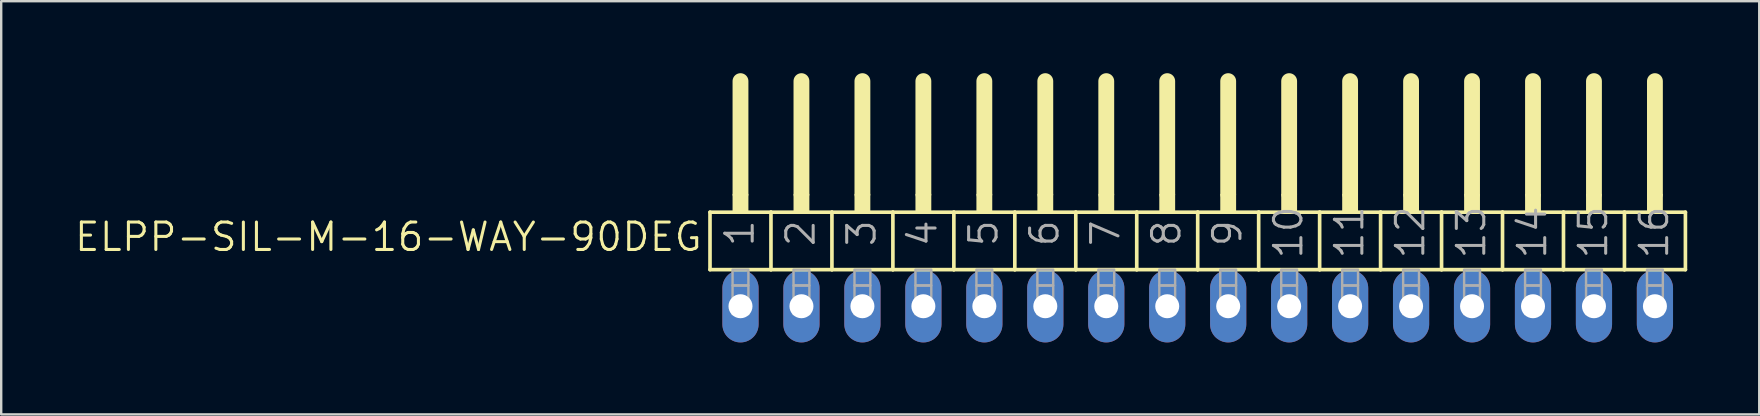
<source format=kicad_pcb>
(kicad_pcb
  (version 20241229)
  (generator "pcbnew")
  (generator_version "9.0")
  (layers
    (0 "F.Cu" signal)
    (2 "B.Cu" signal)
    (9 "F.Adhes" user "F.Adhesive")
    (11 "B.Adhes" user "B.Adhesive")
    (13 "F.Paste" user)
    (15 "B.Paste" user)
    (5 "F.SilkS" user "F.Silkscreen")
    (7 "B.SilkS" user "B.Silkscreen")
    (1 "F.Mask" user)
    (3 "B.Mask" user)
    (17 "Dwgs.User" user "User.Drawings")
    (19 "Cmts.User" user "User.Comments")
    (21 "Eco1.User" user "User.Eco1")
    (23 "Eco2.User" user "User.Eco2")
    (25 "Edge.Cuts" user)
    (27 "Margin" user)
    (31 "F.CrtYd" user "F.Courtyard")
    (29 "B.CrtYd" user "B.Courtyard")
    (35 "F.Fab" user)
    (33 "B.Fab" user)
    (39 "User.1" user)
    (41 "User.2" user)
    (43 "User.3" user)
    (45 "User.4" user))
  (footprint "ELPP-SIL-M-16-WAY-90DEG"
    (layer "F.Cu")
    (at 46.852 9.709)
    (property "Reference" "ELPP-SIL-M-16-WAY-90DEG" (at -20.574 -3.556 0) (unlocked yes) (layer "F.SilkS") (effects (font (size 1.143 1.143) (thickness 0.127)) (justify right top)))
    (fp_line (start -20.32 -3.918) (end -17.78 -3.918) (stroke (width 0.152) (type solid)) (layer "F.SilkS"))
    (fp_line (start -20.32 -1.524) (end -20.32 -3.918) (stroke (width 0.152) (type solid)) (layer "F.SilkS"))
    (fp_line (start -19.05 -4.68) (end -19.05 -9.379) (stroke (width 0.66) (type solid)) (layer "F.SilkS"))
    (fp_line (start -17.78 -3.918) (end -15.24 -3.918) (stroke (width 0.152) (type solid)) (layer "F.SilkS"))
    (fp_line (start -17.78 -1.524) (end -20.32 -1.524) (stroke (width 0.152) (type solid)) (layer "F.SilkS"))
    (fp_line (start -17.78 -1.524) (end -17.78 -3.918) (stroke (width 0.152) (type solid)) (layer "F.SilkS"))
    (fp_line (start -17.78 -1.524) (end -15.24 -1.524) (stroke (width 0.152) (type solid)) (layer "F.SilkS"))
    (fp_line (start -16.51 -4.68) (end -16.51 -9.379) (stroke (width 0.66) (type solid)) (layer "F.SilkS"))
    (fp_line (start -15.24 -3.918) (end -12.7 -3.918) (stroke (width 0.152) (type solid)) (layer "F.SilkS"))
    (fp_line (start -15.24 -1.524) (end -15.24 -3.918) (stroke (width 0.152) (type solid)) (layer "F.SilkS"))
    (fp_line (start -13.97 -4.68) (end -13.97 -9.379) (stroke (width 0.66) (type solid)) (layer "F.SilkS"))
    (fp_line (start -12.7 -3.918) (end -10.16 -3.918) (stroke (width 0.152) (type solid)) (layer "F.SilkS"))
    (fp_line (start -12.7 -1.524) (end -15.24 -1.524) (stroke (width 0.152) (type solid)) (layer "F.SilkS"))
    (fp_line (start -12.7 -1.524) (end -12.7 -3.918) (stroke (width 0.152) (type solid)) (layer "F.SilkS"))
    (fp_line (start -11.43 -4.68) (end -11.43 -9.379) (stroke (width 0.66) (type solid)) (layer "F.SilkS"))
    (fp_line (start -10.16 -3.918) (end -7.62 -3.918) (stroke (width 0.152) (type solid)) (layer "F.SilkS"))
    (fp_line (start -10.16 -1.524) (end -12.7 -1.524) (stroke (width 0.152) (type solid)) (layer "F.SilkS"))
    (fp_line (start -10.16 -1.524) (end -10.16 -3.918) (stroke (width 0.152) (type solid)) (layer "F.SilkS"))
    (fp_line (start -8.89 -4.68) (end -8.89 -9.379) (stroke (width 0.66) (type solid)) (layer "F.SilkS"))
    (fp_line (start -7.62 -3.918) (end -5.08 -3.918) (stroke (width 0.152) (type solid)) (layer "F.SilkS"))
    (fp_line (start -7.62 -1.524) (end -10.16 -1.524) (stroke (width 0.152) (type solid)) (layer "F.SilkS"))
    (fp_line (start -7.62 -1.524) (end -7.62 -3.918) (stroke (width 0.152) (type solid)) (layer "F.SilkS"))
    (fp_line (start -6.35 -4.68) (end -6.35 -9.379) (stroke (width 0.66) (type solid)) (layer "F.SilkS"))
    (fp_line (start -5.08 -3.918) (end -2.54 -3.918) (stroke (width 0.152) (type solid)) (layer "F.SilkS"))
    (fp_line (start -5.08 -1.524) (end -7.62 -1.524) (stroke (width 0.152) (type solid)) (layer "F.SilkS"))
    (fp_line (start -5.08 -1.524) (end -5.08 -3.918) (stroke (width 0.152) (type solid)) (layer "F.SilkS"))
    (fp_line (start -5.08 -1.524) (end -2.54 -1.524) (stroke (width 0.152) (type solid)) (layer "F.SilkS"))
    (fp_line (start -3.81 -4.68) (end -3.81 -9.379) (stroke (width 0.66) (type solid)) (layer "F.SilkS"))
    (fp_line (start -2.54 -3.918) (end 0 -3.918) (stroke (width 0.152) (type solid)) (layer "F.SilkS"))
    (fp_line (start -2.54 -1.524) (end -2.54 -3.918) (stroke (width 0.152) (type solid)) (layer "F.SilkS"))
    (fp_line (start -1.27 -4.68) (end -1.27 -9.379) (stroke (width 0.66) (type solid)) (layer "F.SilkS"))
    (fp_line (start 0 -3.918) (end 2.54 -3.918) (stroke (width 0.152) (type solid)) (layer "F.SilkS"))
    (fp_line (start 0 -1.524) (end -2.54 -1.524) (stroke (width 0.152) (type solid)) (layer "F.SilkS"))
    (fp_line (start 0 -1.524) (end 0 -3.918) (stroke (width 0.152) (type solid)) (layer "F.SilkS"))
    (fp_line (start 1.27 -4.68) (end 1.27 -9.379) (stroke (width 0.66) (type solid)) (layer "F.SilkS"))
    (fp_line (start 2.54 -3.918) (end 5.08 -3.918) (stroke (width 0.152) (type solid)) (layer "F.SilkS"))
    (fp_line (start 2.54 -1.524) (end 0 -1.524) (stroke (width 0.152) (type solid)) (layer "F.SilkS"))
    (fp_line (start 2.54 -1.524) (end 2.54 -3.918) (stroke (width 0.152) (type solid)) (layer "F.SilkS"))
    (fp_line (start 3.81 -4.68) (end 3.81 -9.379) (stroke (width 0.66) (type solid)) (layer "F.SilkS"))
    (fp_line (start 5.08 -3.918) (end 7.62 -3.918) (stroke (width 0.152) (type solid)) (layer "F.SilkS"))
    (fp_line (start 5.08 -1.524) (end 2.54 -1.524) (stroke (width 0.152) (type solid)) (layer "F.SilkS"))
    (fp_line (start 5.08 -1.524) (end 5.08 -3.918) (stroke (width 0.152) (type solid)) (layer "F.SilkS"))
    (fp_line (start 6.35 -4.68) (end 6.35 -9.379) (stroke (width 0.66) (type solid)) (layer "F.SilkS"))
    (fp_line (start 7.62 -3.918) (end 10.16 -3.918) (stroke (width 0.152) (type solid)) (layer "F.SilkS"))
    (fp_line (start 7.62 -1.524) (end 5.08 -1.524) (stroke (width 0.152) (type solid)) (layer "F.SilkS"))
    (fp_line (start 7.62 -1.524) (end 7.62 -3.918) (stroke (width 0.152) (type solid)) (layer "F.SilkS"))
    (fp_line (start 7.62 -1.524) (end 10.16 -1.524) (stroke (width 0.152) (type solid)) (layer "F.SilkS"))
    (fp_line (start 8.89 -4.68) (end 8.89 -9.379) (stroke (width 0.66) (type solid)) (layer "F.SilkS"))
    (fp_line (start 10.16 -3.918) (end 12.7 -3.918) (stroke (width 0.152) (type solid)) (layer "F.SilkS"))
    (fp_line (start 10.16 -1.524) (end 10.16 -3.918) (stroke (width 0.152) (type solid)) (layer "F.SilkS"))
    (fp_line (start 10.16 -1.524) (end 12.7 -1.524) (stroke (width 0.152) (type solid)) (layer "F.SilkS"))
    (fp_line (start 11.43 -4.68) (end 11.43 -9.379) (stroke (width 0.66) (type solid)) (layer "F.SilkS"))
    (fp_line (start 12.7 -3.918) (end 15.24 -3.918) (stroke (width 0.152) (type solid)) (layer "F.SilkS"))
    (fp_line (start 12.7 -1.524) (end 12.7 -3.918) (stroke (width 0.152) (type solid)) (layer "F.SilkS"))
    (fp_line (start 12.7 -1.524) (end 15.24 -1.524) (stroke (width 0.152) (type solid)) (layer "F.SilkS"))
    (fp_line (start 13.97 -4.68) (end 13.97 -9.379) (stroke (width 0.66) (type solid)) (layer "F.SilkS"))
    (fp_line (start 15.24 -3.918) (end 17.78 -3.918) (stroke (width 0.152) (type solid)) (layer "F.SilkS"))
    (fp_line (start 15.24 -1.524) (end 15.24 -3.918) (stroke (width 0.152) (type solid)) (layer "F.SilkS"))
    (fp_line (start 15.24 -1.524) (end 17.78 -1.524) (stroke (width 0.152) (type solid)) (layer "F.SilkS"))
    (fp_line (start 16.51 -4.68) (end 16.51 -9.379) (stroke (width 0.66) (type solid)) (layer "F.SilkS"))
    (fp_line (start 17.78 -3.918) (end 20.32 -3.918) (stroke (width 0.152) (type solid)) (layer "F.SilkS"))
    (fp_line (start 17.78 -1.524) (end 17.78 -3.918) (stroke (width 0.152) (type solid)) (layer "F.SilkS"))
    (fp_line (start 17.78 -1.524) (end 20.32 -1.524) (stroke (width 0.152) (type solid)) (layer "F.SilkS"))
    (fp_line (start 19.05 -4.68) (end 19.05 -9.379) (stroke (width 0.66) (type solid)) (layer "F.SilkS"))
    (fp_line (start 20.32 -1.524) (end 20.32 -3.918) (stroke (width 0.152) (type solid)) (layer "F.SilkS"))
    (fp_poly (pts (xy -19.38 -3.918) (xy -18.72 -3.918) (xy -18.72 -4.68) (xy -19.38 -4.68)) (stroke (width 0) (type default)) (fill yes) (layer "F.SilkS"))
    (fp_poly (pts (xy -16.84 -3.918) (xy -16.18 -3.918) (xy -16.18 -4.68) (xy -16.84 -4.68)) (stroke (width 0) (type default)) (fill yes) (layer "F.SilkS"))
    (fp_poly (pts (xy -14.3 -3.918) (xy -13.64 -3.918) (xy -13.64 -4.68) (xy -14.3 -4.68)) (stroke (width 0) (type default)) (fill yes) (layer "F.SilkS"))
    (fp_poly (pts (xy -11.76 -3.918) (xy -11.1 -3.918) (xy -11.1 -4.68) (xy -11.76 -4.68)) (stroke (width 0) (type default)) (fill yes) (layer "F.SilkS"))
    (fp_poly (pts (xy -9.22 -3.918) (xy -8.56 -3.918) (xy -8.56 -4.68) (xy -9.22 -4.68)) (stroke (width 0) (type default)) (fill yes) (layer "F.SilkS"))
    (fp_poly (pts (xy -6.68 -3.918) (xy -6.02 -3.918) (xy -6.02 -4.68) (xy -6.68 -4.68)) (stroke (width 0) (type default)) (fill yes) (layer "F.SilkS"))
    (fp_poly (pts (xy -4.14 -3.918) (xy -3.48 -3.918) (xy -3.48 -4.68) (xy -4.14 -4.68)) (stroke (width 0) (type default)) (fill yes) (layer "F.SilkS"))
    (fp_poly (pts (xy -1.6 -3.918) (xy -0.94 -3.918) (xy -0.94 -4.68) (xy -1.6 -4.68)) (stroke (width 0) (type default)) (fill yes) (layer "F.SilkS"))
    (fp_poly (pts (xy 0.94 -3.918) (xy 1.6 -3.918) (xy 1.6 -4.68) (xy 0.94 -4.68)) (stroke (width 0) (type default)) (fill yes) (layer "F.SilkS"))
    (fp_poly (pts (xy 3.48 -3.918) (xy 4.14 -3.918) (xy 4.14 -4.68) (xy 3.48 -4.68)) (stroke (width 0) (type default)) (fill yes) (layer "F.SilkS"))
    (fp_poly (pts (xy 6.02 -3.918) (xy 6.68 -3.918) (xy 6.68 -4.68) (xy 6.02 -4.68)) (stroke (width 0) (type default)) (fill yes) (layer "F.SilkS"))
    (fp_poly (pts (xy 8.56 -3.918) (xy 9.22 -3.918) (xy 9.22 -4.68) (xy 8.56 -4.68)) (stroke (width 0) (type default)) (fill yes) (layer "F.SilkS"))
    (fp_poly (pts (xy 11.1 -3.918) (xy 11.76 -3.918) (xy 11.76 -4.68) (xy 11.1 -4.68)) (stroke (width 0) (type default)) (fill yes) (layer "F.SilkS"))
    (fp_poly (pts (xy 13.64 -3.918) (xy 14.3 -3.918) (xy 14.3 -4.68) (xy 13.64 -4.68)) (stroke (width 0) (type default)) (fill yes) (layer "F.SilkS"))
    (fp_poly (pts (xy 16.18 -3.918) (xy 16.84 -3.918) (xy 16.84 -4.68) (xy 16.18 -4.68)) (stroke (width 0) (type default)) (fill yes) (layer "F.SilkS"))
    (fp_poly (pts (xy 18.72 -3.918) (xy 19.38 -3.918) (xy 19.38 -4.68) (xy 18.72 -4.68)) (stroke (width 0) (type default)) (fill yes) (layer "F.SilkS"))
    (fp_poly (pts (xy -19.38 -0.864) (xy -18.72 -0.864) (xy -18.72 -1.524) (xy -19.38 -1.524)) (stroke (width 0.1) (type default)) (fill no) (layer "F.Fab"))
    (fp_poly (pts (xy -19.38 0.33) (xy -18.72 0.33) (xy -18.72 -0.864) (xy -19.38 -0.864)) (stroke (width 0.1) (type default)) (fill no) (layer "F.Fab"))
    (fp_poly (pts (xy -16.84 -0.864) (xy -16.18 -0.864) (xy -16.18 -1.524) (xy -16.84 -1.524)) (stroke (width 0.1) (type default)) (fill no) (layer "F.Fab"))
    (fp_poly (pts (xy -16.84 0.33) (xy -16.18 0.33) (xy -16.18 -0.864) (xy -16.84 -0.864)) (stroke (width 0.1) (type default)) (fill no) (layer "F.Fab"))
    (fp_poly (pts (xy -14.3 -0.864) (xy -13.64 -0.864) (xy -13.64 -1.524) (xy -14.3 -1.524)) (stroke (width 0.1) (type default)) (fill no) (layer "F.Fab"))
    (fp_poly (pts (xy -14.3 0.33) (xy -13.64 0.33) (xy -13.64 -0.864) (xy -14.3 -0.864)) (stroke (width 0.1) (type default)) (fill no) (layer "F.Fab"))
    (fp_poly (pts (xy -11.76 -0.864) (xy -11.1 -0.864) (xy -11.1 -1.524) (xy -11.76 -1.524)) (stroke (width 0.1) (type default)) (fill no) (layer "F.Fab"))
    (fp_poly (pts (xy -11.76 0.33) (xy -11.1 0.33) (xy -11.1 -0.864) (xy -11.76 -0.864)) (stroke (width 0.1) (type default)) (fill no) (layer "F.Fab"))
    (fp_poly (pts (xy -9.22 -0.864) (xy -8.56 -0.864) (xy -8.56 -1.524) (xy -9.22 -1.524)) (stroke (width 0.1) (type default)) (fill no) (layer "F.Fab"))
    (fp_poly (pts (xy -9.22 0.33) (xy -8.56 0.33) (xy -8.56 -0.864) (xy -9.22 -0.864)) (stroke (width 0.1) (type default)) (fill no) (layer "F.Fab"))
    (fp_poly (pts (xy -6.68 -0.864) (xy -6.02 -0.864) (xy -6.02 -1.524) (xy -6.68 -1.524)) (stroke (width 0.1) (type default)) (fill no) (layer "F.Fab"))
    (fp_poly (pts (xy -6.68 0.33) (xy -6.02 0.33) (xy -6.02 -0.864) (xy -6.68 -0.864)) (stroke (width 0.1) (type default)) (fill no) (layer "F.Fab"))
    (fp_poly (pts (xy -4.14 -0.864) (xy -3.48 -0.864) (xy -3.48 -1.524) (xy -4.14 -1.524)) (stroke (width 0.1) (type default)) (fill no) (layer "F.Fab"))
    (fp_poly (pts (xy -4.14 0.33) (xy -3.48 0.33) (xy -3.48 -0.864) (xy -4.14 -0.864)) (stroke (width 0.1) (type default)) (fill no) (layer "F.Fab"))
    (fp_poly (pts (xy -1.6 -0.864) (xy -0.94 -0.864) (xy -0.94 -1.524) (xy -1.6 -1.524)) (stroke (width 0.1) (type default)) (fill no) (layer "F.Fab"))
    (fp_poly (pts (xy -1.6 0.33) (xy -0.94 0.33) (xy -0.94 -0.864) (xy -1.6 -0.864)) (stroke (width 0.1) (type default)) (fill no) (layer "F.Fab"))
    (fp_poly (pts (xy 0.94 -0.864) (xy 1.6 -0.864) (xy 1.6 -1.524) (xy 0.94 -1.524)) (stroke (width 0.1) (type default)) (fill no) (layer "F.Fab"))
    (fp_poly (pts (xy 0.94 0.33) (xy 1.6 0.33) (xy 1.6 -0.864) (xy 0.94 -0.864)) (stroke (width 0.1) (type default)) (fill no) (layer "F.Fab"))
    (fp_poly (pts (xy 3.48 -0.864) (xy 4.14 -0.864) (xy 4.14 -1.524) (xy 3.48 -1.524)) (stroke (width 0.1) (type default)) (fill no) (layer "F.Fab"))
    (fp_poly (pts (xy 3.48 0.33) (xy 4.14 0.33) (xy 4.14 -0.864) (xy 3.48 -0.864)) (stroke (width 0.1) (type default)) (fill no) (layer "F.Fab"))
    (fp_poly (pts (xy 6.02 -0.864) (xy 6.68 -0.864) (xy 6.68 -1.524) (xy 6.02 -1.524)) (stroke (width 0.1) (type default)) (fill no) (layer "F.Fab"))
    (fp_poly (pts (xy 6.02 0.33) (xy 6.68 0.33) (xy 6.68 -0.864) (xy 6.02 -0.864)) (stroke (width 0.1) (type default)) (fill no) (layer "F.Fab"))
    (fp_poly (pts (xy 8.56 -0.864) (xy 9.22 -0.864) (xy 9.22 -1.524) (xy 8.56 -1.524)) (stroke (width 0.1) (type default)) (fill no) (layer "F.Fab"))
    (fp_poly (pts (xy 8.56 0.33) (xy 9.22 0.33) (xy 9.22 -0.864) (xy 8.56 -0.864)) (stroke (width 0.1) (type default)) (fill no) (layer "F.Fab"))
    (fp_poly (pts (xy 11.1 -0.864) (xy 11.76 -0.864) (xy 11.76 -1.524) (xy 11.1 -1.524)) (stroke (width 0.1) (type default)) (fill no) (layer "F.Fab"))
    (fp_poly (pts (xy 11.1 0.33) (xy 11.76 0.33) (xy 11.76 -0.864) (xy 11.1 -0.864)) (stroke (width 0.1) (type default)) (fill no) (layer "F.Fab"))
    (fp_poly (pts (xy 13.64 -0.864) (xy 14.3 -0.864) (xy 14.3 -1.524) (xy 13.64 -1.524)) (stroke (width 0.1) (type default)) (fill no) (layer "F.Fab"))
    (fp_poly (pts (xy 13.64 0.33) (xy 14.3 0.33) (xy 14.3 -0.864) (xy 13.64 -0.864)) (stroke (width 0.1) (type default)) (fill no) (layer "F.Fab"))
    (fp_poly (pts (xy 16.18 -0.864) (xy 16.84 -0.864) (xy 16.84 -1.524) (xy 16.18 -1.524)) (stroke (width 0.1) (type default)) (fill no) (layer "F.Fab"))
    (fp_poly (pts (xy 16.18 0.33) (xy 16.84 0.33) (xy 16.84 -0.864) (xy 16.18 -0.864)) (stroke (width 0.1) (type default)) (fill no) (layer "F.Fab"))
    (fp_poly (pts (xy 18.72 -0.864) (xy 19.38 -0.864) (xy 19.38 -1.524) (xy 18.72 -1.524)) (stroke (width 0.1) (type default)) (fill no) (layer "F.Fab"))
    (fp_poly (pts (xy 18.72 0.33) (xy 19.38 0.33) (xy 19.38 -0.864) (xy 18.72 -0.864)) (stroke (width 0.1) (type default)) (fill no) (layer "F.Fab"))
    (fp_text user "2" (at -15.875 -2.413 90) (layer "F.Fab") (effects (font (size 1.143 1.143) (thickness 0.127)) (justify left bottom)))
    (fp_text user "8" (at -0.635 -2.413 90) (layer "F.Fab") (effects (font (size 1.143 1.143) (thickness 0.127)) (justify left bottom)))
    (fp_text user "13" (at 12.065 -1.905 90) (layer "F.Fab") (effects (font (size 1.143 1.143) (thickness 0.127)) (justify left bottom)))
    (fp_text user "1" (at -18.415 -2.413 90) (layer "F.Fab") (effects (font (size 1.143 1.143) (thickness 0.127)) (justify left bottom)))
    (fp_text user "16" (at 19.685 -1.905 90) (layer "F.Fab") (effects (font (size 1.143 1.143) (thickness 0.127)) (justify left bottom)))
    (fp_text user "6" (at -5.715 -2.413 90) (layer "F.Fab") (effects (font (size 1.143 1.143) (thickness 0.127)) (justify left bottom)))
    (fp_text user "15" (at 17.145 -1.905 90) (layer "F.Fab") (effects (font (size 1.143 1.143) (thickness 0.127)) (justify left bottom)))
    (fp_text user "12" (at 9.525 -1.905 90) (layer "F.Fab") (effects (font (size 1.143 1.143) (thickness 0.127)) (justify left bottom)))
    (fp_text user "11" (at 6.985 -1.905 90) (layer "F.Fab") (effects (font (size 1.143 1.143) (thickness 0.127)) (justify left bottom)))
    (fp_text user "14" (at 14.605 -1.905 90) (layer "F.Fab") (effects (font (size 1.143 1.143) (thickness 0.127)) (justify left bottom)))
    (fp_text user "9" (at 1.905 -2.413 90) (layer "F.Fab") (effects (font (size 1.143 1.143) (thickness 0.127)) (justify left bottom)))
    (fp_text user "3" (at -13.335 -2.413 90) (layer "F.Fab") (effects (font (size 1.143 1.143) (thickness 0.127)) (justify left bottom)))
    (fp_text user "10" (at 4.445 -1.905 90) (layer "F.Fab") (effects (font (size 1.143 1.143) (thickness 0.127)) (justify left bottom)))
    (fp_text user "7" (at -3.175 -2.413 90) (layer "F.Fab") (effects (font (size 1.143 1.143) (thickness 0.127)) (justify left bottom)))
    (fp_text user "5" (at -8.255 -2.413 90) (layer "F.Fab") (effects (font (size 1.143 1.143) (thickness 0.127)) (justify left bottom)))
    (fp_text user "4" (at -10.795 -2.413 90) (layer "F.Fab") (effects (font (size 1.143 1.143) (thickness 0.127)) (justify left bottom)))
    (pad "1" thru_hole oval (at -19.05 0 90) (size 3.016 1.508) (drill 1) (layers "*.Cu" "*.Mask"))
    (pad "2" thru_hole oval (at -16.51 0 90) (size 3.016 1.508) (drill 1) (layers "*.Cu" "*.Mask"))
    (pad "3" thru_hole oval (at -13.97 0 90) (size 3.016 1.508) (drill 1) (layers "*.Cu" "*.Mask"))
    (pad "4" thru_hole oval (at -11.43 0 90) (size 3.016 1.508) (drill 1) (layers "*.Cu" "*.Mask"))
    (pad "5" thru_hole oval (at -8.89 0 90) (size 3.016 1.508) (drill 1) (layers "*.Cu" "*.Mask"))
    (pad "6" thru_hole oval (at -6.35 0 90) (size 3.016 1.508) (drill 1) (layers "*.Cu" "*.Mask"))
    (pad "7" thru_hole oval (at -3.81 0 90) (size 3.016 1.508) (drill 1) (layers "*.Cu" "*.Mask"))
    (pad "8" thru_hole oval (at -1.27 0 90) (size 3.016 1.508) (drill 1) (layers "*.Cu" "*.Mask"))
    (pad "9" thru_hole oval (at 1.27 0 90) (size 3.016 1.508) (drill 1) (layers "*.Cu" "*.Mask"))
    (pad "10" thru_hole oval (at 3.81 0 90) (size 3.016 1.508) (drill 1) (layers "*.Cu" "*.Mask"))
    (pad "11" thru_hole oval (at 6.35 0 90) (size 3.016 1.508) (drill 1) (layers "*.Cu" "*.Mask"))
    (pad "12" thru_hole oval (at 8.89 0 90) (size 3.016 1.508) (drill 1) (layers "*.Cu" "*.Mask"))
    (pad "13" thru_hole oval (at 11.43 0 90) (size 3.016 1.508) (drill 1) (layers "*.Cu" "*.Mask"))
    (pad "14" thru_hole oval (at 13.97 0 90) (size 3.016 1.508) (drill 1) (layers "*.Cu" "*.Mask"))
    (pad "15" thru_hole oval (at 16.51 0 90) (size 3.016 1.508) (drill 1) (layers "*.Cu" "*.Mask"))
    (pad "16" thru_hole oval (at 19.05 0 90) (size 3.016 1.508) (drill 1) (layers "*.Cu" "*.Mask")))
  (gr_rect
    (start -3 -3)
    (end 70.248 14.217)
    (stroke (width 0.1) (type default))
    (fill no)
    (layer "Edge.Cuts")))
</source>
